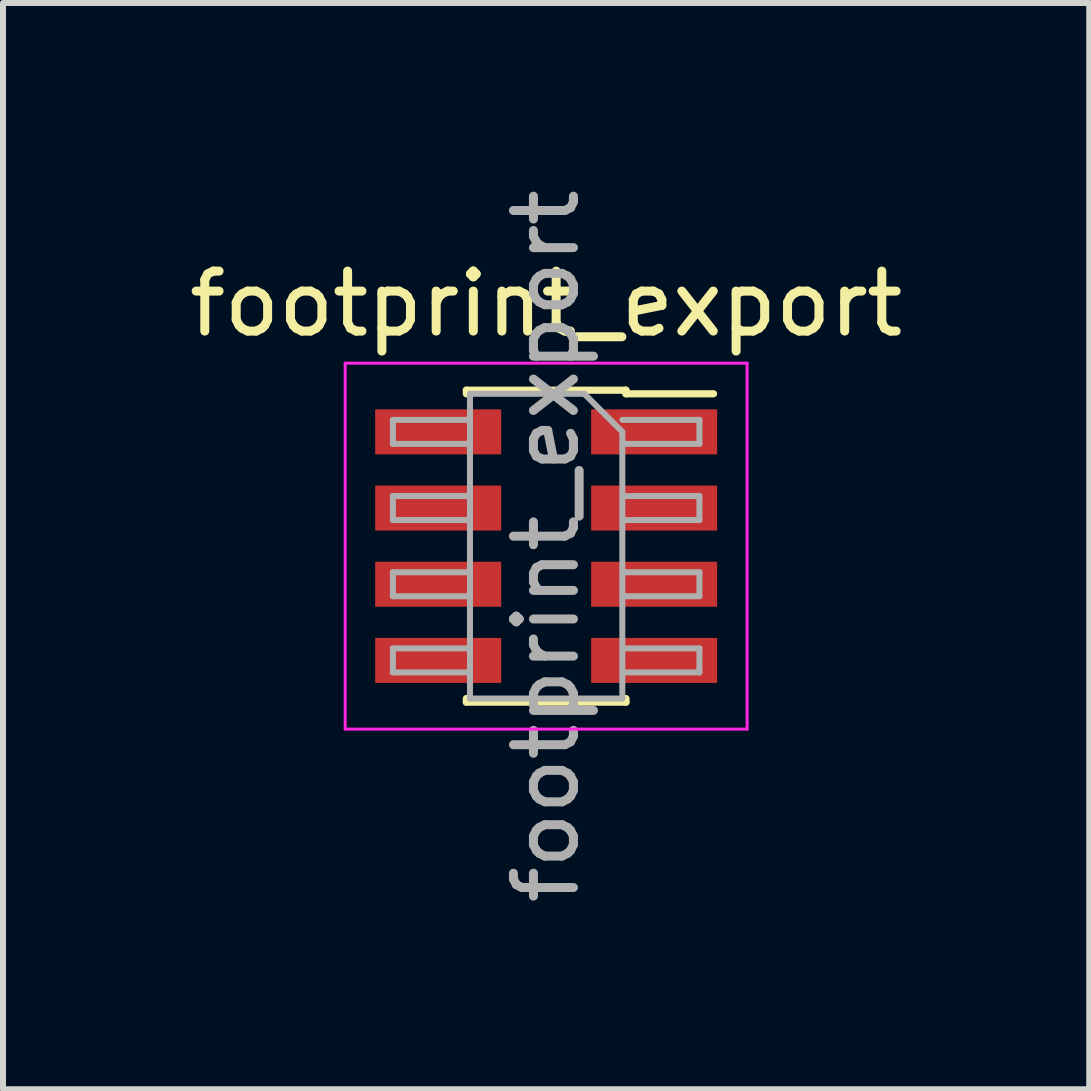
<source format=kicad_pcb>
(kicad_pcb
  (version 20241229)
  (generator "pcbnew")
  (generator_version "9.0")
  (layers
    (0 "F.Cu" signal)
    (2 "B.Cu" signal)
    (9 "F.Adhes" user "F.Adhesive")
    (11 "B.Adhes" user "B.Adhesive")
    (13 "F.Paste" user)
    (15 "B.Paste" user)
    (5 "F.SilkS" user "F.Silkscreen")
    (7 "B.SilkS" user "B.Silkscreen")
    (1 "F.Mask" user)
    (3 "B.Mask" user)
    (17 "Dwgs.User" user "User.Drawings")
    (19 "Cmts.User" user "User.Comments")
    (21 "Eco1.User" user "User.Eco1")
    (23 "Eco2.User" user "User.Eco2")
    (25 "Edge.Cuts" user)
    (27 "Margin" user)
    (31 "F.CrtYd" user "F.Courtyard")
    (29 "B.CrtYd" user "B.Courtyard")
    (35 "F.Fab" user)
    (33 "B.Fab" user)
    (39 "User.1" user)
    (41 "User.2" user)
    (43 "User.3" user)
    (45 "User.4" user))
  (footprint "footprint_export"
    (layer "F.Cu")
    (at 6.054 6.054)
    (property "Reference" "footprint_export" (at 0 -4.04 0) (layer "F.SilkS") (effects (font (size 1 1) (thickness 0.15))))
    (attr smd)
    (fp_line (start -1.33 -2.6) (end -1.33 -2.54) (stroke (width 0.12) (type solid)) (layer "F.SilkS"))
    (fp_line (start -1.33 -2.6) (end 1.33 -2.6) (stroke (width 0.12) (type solid)) (layer "F.SilkS"))
    (fp_line (start -1.33 2.54) (end -1.33 2.6) (stroke (width 0.12) (type solid)) (layer "F.SilkS"))
    (fp_line (start -1.33 2.6) (end 1.33 2.6) (stroke (width 0.12) (type solid)) (layer "F.SilkS"))
    (fp_line (start 1.33 -2.6) (end 1.33 -2.54) (stroke (width 0.12) (type solid)) (layer "F.SilkS"))
    (fp_line (start 1.33 -2.54) (end 2.79 -2.54) (stroke (width 0.12) (type solid)) (layer "F.SilkS"))
    (fp_line (start 1.33 2.54) (end 1.33 2.6) (stroke (width 0.12) (type solid)) (layer "F.SilkS"))
    (fp_line (start -3.35 -3.05) (end 3.35 -3.05) (stroke (width 0.05) (type solid)) (layer "F.CrtYd"))
    (fp_line (start -3.35 3.05) (end -3.35 -3.05) (stroke (width 0.05) (type solid)) (layer "F.CrtYd"))
    (fp_line (start 3.35 -3.05) (end 3.35 3.05) (stroke (width 0.05) (type solid)) (layer "F.CrtYd"))
    (fp_line (start 3.35 3.05) (end -3.35 3.05) (stroke (width 0.05) (type solid)) (layer "F.CrtYd"))
    (fp_line (start -2.555 -2.105) (end -1.27 -2.105) (stroke (width 0.1) (type solid)) (layer "F.Fab"))
    (fp_line (start -2.555 -1.705) (end -2.555 -2.105) (stroke (width 0.1) (type solid)) (layer "F.Fab"))
    (fp_line (start -2.555 -0.835) (end -1.27 -0.835) (stroke (width 0.1) (type solid)) (layer "F.Fab"))
    (fp_line (start -2.555 -0.435) (end -2.555 -0.835) (stroke (width 0.1) (type solid)) (layer "F.Fab"))
    (fp_line (start -2.555 0.435) (end -1.27 0.435) (stroke (width 0.1) (type solid)) (layer "F.Fab"))
    (fp_line (start -2.555 0.835) (end -2.555 0.435) (stroke (width 0.1) (type solid)) (layer "F.Fab"))
    (fp_line (start -2.555 1.705) (end -1.27 1.705) (stroke (width 0.1) (type solid)) (layer "F.Fab"))
    (fp_line (start -2.555 2.105) (end -2.555 1.705) (stroke (width 0.1) (type solid)) (layer "F.Fab"))
    (fp_line (start -1.27 -2.54) (end 0.635 -2.54) (stroke (width 0.1) (type solid)) (layer "F.Fab"))
    (fp_line (start -1.27 -1.705) (end -2.555 -1.705) (stroke (width 0.1) (type solid)) (layer "F.Fab"))
    (fp_line (start -1.27 -0.435) (end -2.555 -0.435) (stroke (width 0.1) (type solid)) (layer "F.Fab"))
    (fp_line (start -1.27 0.835) (end -2.555 0.835) (stroke (width 0.1) (type solid)) (layer "F.Fab"))
    (fp_line (start -1.27 2.105) (end -2.555 2.105) (stroke (width 0.1) (type solid)) (layer "F.Fab"))
    (fp_line (start -1.27 2.54) (end -1.27 -2.54) (stroke (width 0.1) (type solid)) (layer "F.Fab"))
    (fp_line (start 0.635 -2.54) (end 1.27 -1.905) (stroke (width 0.1) (type solid)) (layer "F.Fab"))
    (fp_line (start 1.27 -2.105) (end 2.555 -2.105) (stroke (width 0.1) (type solid)) (layer "F.Fab"))
    (fp_line (start 1.27 -1.905) (end 1.27 2.54) (stroke (width 0.1) (type solid)) (layer "F.Fab"))
    (fp_line (start 1.27 -0.835) (end 2.555 -0.835) (stroke (width 0.1) (type solid)) (layer "F.Fab"))
    (fp_line (start 1.27 0.435) (end 2.555 0.435) (stroke (width 0.1) (type solid)) (layer "F.Fab"))
    (fp_line (start 1.27 1.705) (end 2.555 1.705) (stroke (width 0.1) (type solid)) (layer "F.Fab"))
    (fp_line (start 1.27 2.54) (end -1.27 2.54) (stroke (width 0.1) (type solid)) (layer "F.Fab"))
    (fp_line (start 2.555 -2.105) (end 2.555 -1.705) (stroke (width 0.1) (type solid)) (layer "F.Fab"))
    (fp_line (start 2.555 -1.705) (end 1.27 -1.705) (stroke (width 0.1) (type solid)) (layer "F.Fab"))
    (fp_line (start 2.555 -0.835) (end 2.555 -0.435) (stroke (width 0.1) (type solid)) (layer "F.Fab"))
    (fp_line (start 2.555 -0.435) (end 1.27 -0.435) (stroke (width 0.1) (type solid)) (layer "F.Fab"))
    (fp_line (start 2.555 0.435) (end 2.555 0.835) (stroke (width 0.1) (type solid)) (layer "F.Fab"))
    (fp_line (start 2.555 0.835) (end 1.27 0.835) (stroke (width 0.1) (type solid)) (layer "F.Fab"))
    (fp_line (start 2.555 1.705) (end 2.555 2.105) (stroke (width 0.1) (type solid)) (layer "F.Fab"))
    (fp_line (start 2.555 2.105) (end 1.27 2.105) (stroke (width 0.1) (type solid)) (layer "F.Fab"))
    (fp_text user "${REFERENCE}" (at 0 0 90) (layer "F.Fab") (effects (font (size 1 1) (thickness 0.15))))
    (pad "1" smd rect (at 1.8 -1.905) (size 2.1 0.75) (layers "F.Cu" "F.Mask" "F.Paste"))
    (pad "2" smd rect (at -1.8 -1.905) (size 2.1 0.75) (layers "F.Cu" "F.Mask" "F.Paste"))
    (pad "3" smd rect (at 1.8 -0.635) (size 2.1 0.75) (layers "F.Cu" "F.Mask" "F.Paste"))
    (pad "4" smd rect (at -1.8 -0.635) (size 2.1 0.75) (layers "F.Cu" "F.Mask" "F.Paste"))
    (pad "5" smd rect (at 1.8 0.635) (size 2.1 0.75) (layers "F.Cu" "F.Mask" "F.Paste"))
    (pad "6" smd rect (at -1.8 0.635) (size 2.1 0.75) (layers "F.Cu" "F.Mask" "F.Paste"))
    (pad "7" smd rect (at 1.8 1.905) (size 2.1 0.75) (layers "F.Cu" "F.Mask" "F.Paste"))
    (pad "8" smd rect (at -1.8 1.905) (size 2.1 0.75) (layers "F.Cu" "F.Mask" "F.Paste")))
  (gr_rect
    (start -3 -3)
    (end 15.107 15.107)
    (stroke (width 0.1) (type default))
    (fill no)
    (layer "Edge.Cuts")))
</source>
